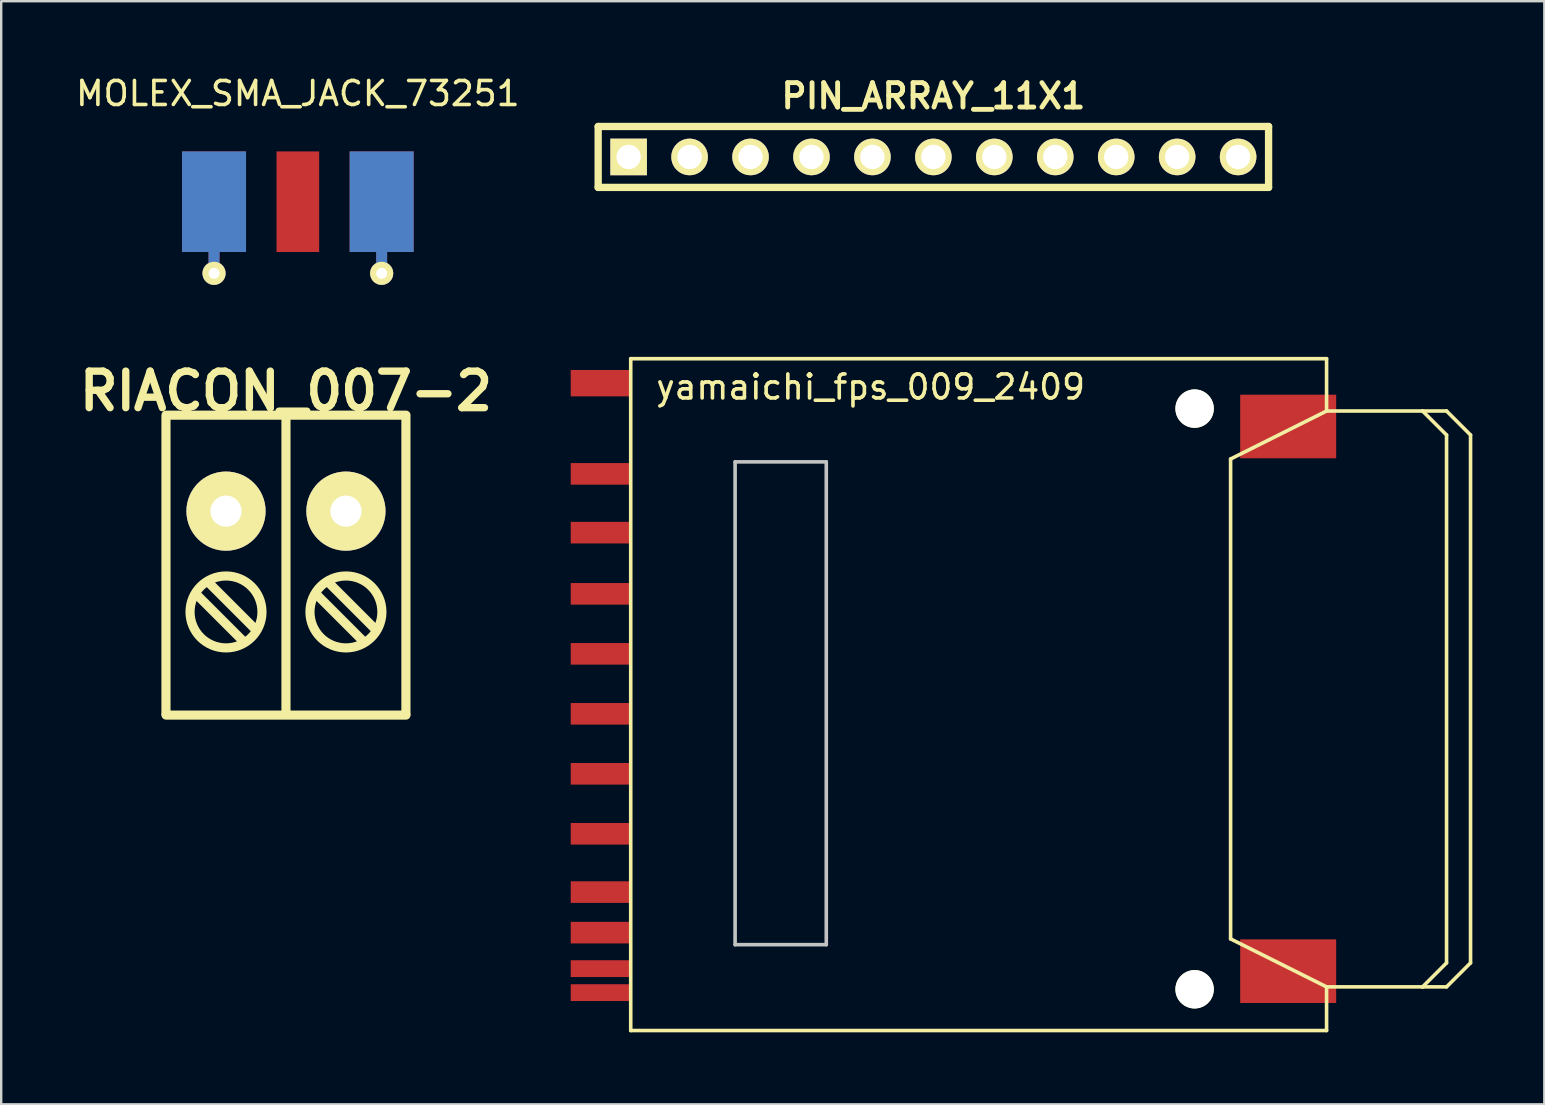
<source format=kicad_pcb>
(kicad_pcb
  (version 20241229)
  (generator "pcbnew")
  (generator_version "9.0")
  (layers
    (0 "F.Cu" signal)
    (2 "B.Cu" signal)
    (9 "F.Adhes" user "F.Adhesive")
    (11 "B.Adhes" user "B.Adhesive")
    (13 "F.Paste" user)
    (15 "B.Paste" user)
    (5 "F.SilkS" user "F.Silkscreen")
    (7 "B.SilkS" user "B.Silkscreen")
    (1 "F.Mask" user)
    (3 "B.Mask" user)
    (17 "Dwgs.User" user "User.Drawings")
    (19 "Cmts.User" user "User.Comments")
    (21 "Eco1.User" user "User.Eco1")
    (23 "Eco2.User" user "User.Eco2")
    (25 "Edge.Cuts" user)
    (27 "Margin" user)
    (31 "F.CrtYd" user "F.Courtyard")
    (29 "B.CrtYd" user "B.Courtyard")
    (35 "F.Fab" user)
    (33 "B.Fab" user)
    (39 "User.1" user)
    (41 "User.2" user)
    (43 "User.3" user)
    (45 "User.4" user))
  (footprint "yamaichi_fps_009_2409"
    (layer "F.Cu")
    (at 23.236 26.079)
    (property "Reference" "yamaichi_fps_009_2409" (at 10 -13 0) (layer "F.SilkS") (effects (font (size 1 1) (thickness 0.15))))
    (attr through_hole)
    (fp_line (start 0 -14.18) (end 0 13.82) (stroke (width 0.15) (type solid)) (layer "F.SilkS"))
    (fp_line (start 0 -14.18) (end 29 -14.18) (stroke (width 0.15) (type solid)) (layer "F.SilkS"))
    (fp_line (start 0 13.82) (end 29 13.82) (stroke (width 0.15) (type solid)) (layer "F.SilkS"))
    (fp_line (start 25 -10) (end 25 10) (stroke (width 0.15) (type solid)) (layer "F.SilkS"))
    (fp_line (start 29 -14.18) (end 29 -12) (stroke (width 0.15) (type solid)) (layer "F.SilkS"))
    (fp_line (start 29 -12) (end 25 -10) (stroke (width 0.15) (type solid)) (layer "F.SilkS"))
    (fp_line (start 29 -12) (end 33 -12) (stroke (width 0.15) (type solid)) (layer "F.SilkS"))
    (fp_line (start 29 12) (end 25 10) (stroke (width 0.15) (type solid)) (layer "F.SilkS"))
    (fp_line (start 29 13.82) (end 29 12) (stroke (width 0.15) (type solid)) (layer "F.SilkS"))
    (fp_line (start 33 -12) (end 34 -12) (stroke (width 0.15) (type solid)) (layer "F.SilkS"))
    (fp_line (start 33 -12) (end 34 -11) (stroke (width 0.15) (type solid)) (layer "F.SilkS"))
    (fp_line (start 33 12) (end 29 12) (stroke (width 0.15) (type solid)) (layer "F.SilkS"))
    (fp_line (start 34 -12) (end 35 -11) (stroke (width 0.15) (type solid)) (layer "F.SilkS"))
    (fp_line (start 34 -11) (end 34 11) (stroke (width 0.15) (type solid)) (layer "F.SilkS"))
    (fp_line (start 34 11) (end 33 12) (stroke (width 0.15) (type solid)) (layer "F.SilkS"))
    (fp_line (start 34 12) (end 33 12) (stroke (width 0.15) (type solid)) (layer "F.SilkS"))
    (fp_line (start 35 -11) (end 35 11) (stroke (width 0.15) (type solid)) (layer "F.SilkS"))
    (fp_line (start 35 11) (end 34 12) (stroke (width 0.15) (type solid)) (layer "F.SilkS"))
    (fp_line (start 4.35 -9.88) (end 4.35 10.24) (stroke (width 0.15) (type solid)) (layer "Dwgs.User"))
    (fp_line (start 4.35 -9.88) (end 8.15 -9.88) (stroke (width 0.15) (type solid)) (layer "Dwgs.User"))
    (fp_line (start 8.15 -9.88) (end 8.15 10.24) (stroke (width 0.15) (type solid)) (layer "Dwgs.User"))
    (fp_line (start 8.15 10.24) (end 4.35 10.24) (stroke (width 0.15) (type solid)) (layer "Dwgs.User"))
    (pad "" np_thru_hole circle (at 23.5 -12.1) (size 1.6 1.6) (drill 1.6) (layers "*.Cu" "*.Mask" "F.SilkS"))
    (pad "" np_thru_hole circle (at 23.5 12.1) (size 1.6 1.6) (drill 1.6) (layers "*.Cu" "*.Mask" "F.SilkS"))
    (pad "1" smd rect (at -1.25 -6.93) (size 2.5 0.9) (layers "F.Cu" "F.Mask" "F.Paste"))
    (pad "2" smd rect (at -1.25 -4.38) (size 2.5 0.9) (layers "F.Cu" "F.Mask" "F.Paste"))
    (pad "3" smd rect (at -1.25 -1.88) (size 2.5 0.9) (layers "F.Cu" "F.Mask" "F.Paste"))
    (pad "4" smd rect (at -1.25 0.62) (size 2.5 0.9) (layers "F.Cu" "F.Mask" "F.Paste"))
    (pad "5" smd rect (at -1.25 3.12) (size 2.5 0.9) (layers "F.Cu" "F.Mask" "F.Paste"))
    (pad "6" smd rect (at -1.25 5.62) (size 2.5 0.9) (layers "F.Cu" "F.Mask" "F.Paste"))
    (pad "7" smd rect (at -1.25 8.05) (size 2.5 0.9) (layers "F.Cu" "F.Mask" "F.Paste"))
    (pad "8" smd rect (at -1.25 9.74) (size 2.5 0.9) (layers "F.Cu" "F.Mask" "F.Paste"))
    (pad "9" smd rect (at -1.25 -9.38) (size 2.5 0.9) (layers "F.Cu" "F.Mask" "F.Paste"))
    (pad "A" smd rect (at -1.25 11.24) (size 2.5 0.7) (layers "F.Cu" "F.Mask" "F.Paste"))
    (pad "B" smd rect (at -1.25 12.24) (size 2.5 0.7) (layers "F.Cu" "F.Mask" "F.Paste"))
    (pad "C" smd rect (at 27.4 10.02) (size 4 2.65) (drill (offset 0 1.325)) (layers "F.Cu" "F.Mask" "F.Paste"))
    (pad "S" smd rect (at -1.25 -13.16) (size 2.5 1.1) (layers "F.Cu" "F.Mask" "F.Paste"))
    (pad "S" smd rect (at 27.4 -10.03) (size 4 2.65) (drill (offset 0 -1.325)) (layers "F.Cu" "F.Mask" "F.Paste")))
  (footprint "MOLEX_SMA_JACK_73251"
    (layer "F.Cu")
    (at 9.363 3.261)
    (property "Reference" "MOLEX_SMA_JACK_73251" (at 0 -2.413 0) (layer "F.SilkS") (effects (font (size 1 1) (thickness 0.15))))
    (attr through_hole)
    (pad "1" smd rect (at 0 2.095) (size 1.778 4.191) (layers "F.Cu" "F.Mask" "F.Paste"))
    (pad "2" smd rect (at -3.493 2.095) (size 2.667 4.191) (layers "F.Cu" "F.Mask" "F.Paste"))
    (pad "2" smd rect (at -3.493 2.095) (size 2.667 4.191) (layers "F.Mask" "B.Cu" "F.Paste"))
    (pad "2" smd rect (at -3.493 4.636) (size 0.457 0.889) (layers "F.Cu" "F.Mask" "F.Paste"))
    (pad "2" smd rect (at -3.493 4.636) (size 0.457 0.889) (layers "F.Mask" "B.Cu" "F.Paste"))
    (pad "2" thru_hole circle (at -3.493 5.08) (size 0.965 0.965) (drill 0.457) (layers "*.Cu" "*.Mask" "F.SilkS"))
    (pad "2" smd rect (at 3.493 2.095) (size 2.667 4.191) (layers "F.Cu" "F.Mask" "F.Paste"))
    (pad "2" smd rect (at 3.493 2.095) (size 2.667 4.191) (layers "F.Mask" "B.Cu" "F.Paste"))
    (pad "2" smd rect (at 3.493 4.636) (size 0.457 0.889) (layers "F.Cu" "F.Mask" "F.Paste"))
    (pad "2" smd rect (at 3.493 4.636) (size 0.457 0.889) (layers "F.Mask" "B.Cu" "F.Paste"))
    (pad "2" thru_hole circle (at 3.493 5.08) (size 0.965 0.965) (drill 0.457) (layers "*.Cu" "*.Mask" "F.SilkS")))
  (footprint "RIACON_007-2"
    (layer "F.Cu")
    (at 8.868 18.252)
    (property "Reference" "RIACON_007-2" (at 0 -5.001 0) (layer "F.SilkS") (effects (font (size 1.524 1.524) (thickness 0.305))))
    (attr through_hole)
    (fp_line (start -5.001 8.451) (end -5.001 -3.899) (stroke (width 0.381) (type solid)) (layer "F.SilkS"))
    (fp_line (start -4.999 -4) (end 5.001 -4) (stroke (width 0.381) (type solid)) (layer "F.SilkS"))
    (fp_line (start -4.999 8.499) (end 5.001 8.499) (stroke (width 0.381) (type solid)) (layer "F.SilkS"))
    (fp_line (start -1.801 5.4) (end -3.701 3.5) (stroke (width 0.381) (type solid)) (layer "F.SilkS"))
    (fp_line (start -1.3 4.9) (end -3.2 3) (stroke (width 0.381) (type solid)) (layer "F.SilkS"))
    (fp_line (start 0 -3.899) (end 0 8.451) (stroke (width 0.381) (type solid)) (layer "F.SilkS"))
    (fp_line (start 3.2 5.4) (end 1.3 3.5) (stroke (width 0.381) (type solid)) (layer "F.SilkS"))
    (fp_line (start 3.701 4.9) (end 1.801 3) (stroke (width 0.381) (type solid)) (layer "F.SilkS"))
    (fp_line (start 4.999 -3.899) (end 4.999 8.451) (stroke (width 0.381) (type solid)) (layer "F.SilkS"))
    (fp_circle (center -2.499 0) (end -2.499 0.749) (stroke (width 0.381) (type solid)) (fill no) (layer "F.SilkS"))
    (fp_circle (center -2.499 4.201) (end -2.499 5.7) (stroke (width 0.381) (type solid)) (fill no) (layer "F.SilkS"))
    (fp_circle (center 2.499 0) (end 2.499 0.749) (stroke (width 0.381) (type solid)) (fill no) (layer "F.SilkS"))
    (fp_circle (center 2.499 4.201) (end 2.499 5.7) (stroke (width 0.381) (type solid)) (fill no) (layer "F.SilkS"))
    (pad "1" thru_hole circle (at -2.499 0) (size 3.299 3.299) (drill 1.3) (layers "*.Cu" "*.Mask" "F.SilkS"))
    (pad "2" thru_hole circle (at 2.499 0) (size 3.299 3.299) (drill 1.3) (layers "*.Cu" "*.Mask" "F.SilkS")))
  (footprint "PIN_ARRAY_11X1"
    (layer "F.Cu")
    (at 35.849 3.491)
    (property "Reference" "PIN_ARRAY_11X1" (at 0 -2.54 0) (layer "F.SilkS") (effects (font (size 1.016 1.016) (thickness 0.203))))
    (attr through_hole)
    (fp_line (start -13.97 -1.27) (end -13.97 1.27) (stroke (width 0.305) (type solid)) (layer "F.SilkS"))
    (fp_line (start -13.97 -1.27) (end 13.97 -1.27) (stroke (width 0.305) (type solid)) (layer "F.SilkS"))
    (fp_line (start 13.97 1.27) (end -13.97 1.27) (stroke (width 0.305) (type solid)) (layer "F.SilkS"))
    (fp_line (start 13.97 1.27) (end 13.97 -1.27) (stroke (width 0.305) (type solid)) (layer "F.SilkS"))
    (pad "1" thru_hole rect (at -12.7 0) (size 1.524 1.524) (drill 1.016) (layers "*.Cu" "*.Mask" "F.SilkS"))
    (pad "2" thru_hole circle (at -10.16 0) (size 1.524 1.524) (drill 1.016) (layers "*.Cu" "*.Mask" "F.SilkS"))
    (pad "3" thru_hole circle (at -7.62 0) (size 1.524 1.524) (drill 1.016) (layers "*.Cu" "*.Mask" "F.SilkS"))
    (pad "4" thru_hole circle (at -5.08 0) (size 1.524 1.524) (drill 1.016) (layers "*.Cu" "*.Mask" "F.SilkS"))
    (pad "5" thru_hole circle (at -2.54 0) (size 1.524 1.524) (drill 1.016) (layers "*.Cu" "*.Mask" "F.SilkS"))
    (pad "6" thru_hole circle (at 0 0) (size 1.524 1.524) (drill 1.016) (layers "*.Cu" "*.Mask" "F.SilkS"))
    (pad "7" thru_hole circle (at 2.54 0) (size 1.524 1.524) (drill 1.016) (layers "*.Cu" "*.Mask" "F.SilkS"))
    (pad "8" thru_hole circle (at 5.08 0) (size 1.524 1.524) (drill 1.016) (layers "*.Cu" "*.Mask" "F.SilkS"))
    (pad "9" thru_hole circle (at 7.62 0) (size 1.524 1.524) (drill 1.016) (layers "*.Cu" "*.Mask" "F.SilkS"))
    (pad "10" thru_hole circle (at 10.16 0) (size 1.524 1.524) (drill 1.016) (layers "*.Cu" "*.Mask" "F.SilkS"))
    (pad "11" thru_hole circle (at 12.7 0) (size 1.524 1.524) (drill 1.016) (layers "*.Cu" "*.Mask" "F.SilkS")))
  (gr_rect
    (start -3 -3)
    (end 61.311 42.974)
    (stroke (width 0.1) (type default))
    (fill no)
    (layer "Edge.Cuts")))
</source>
